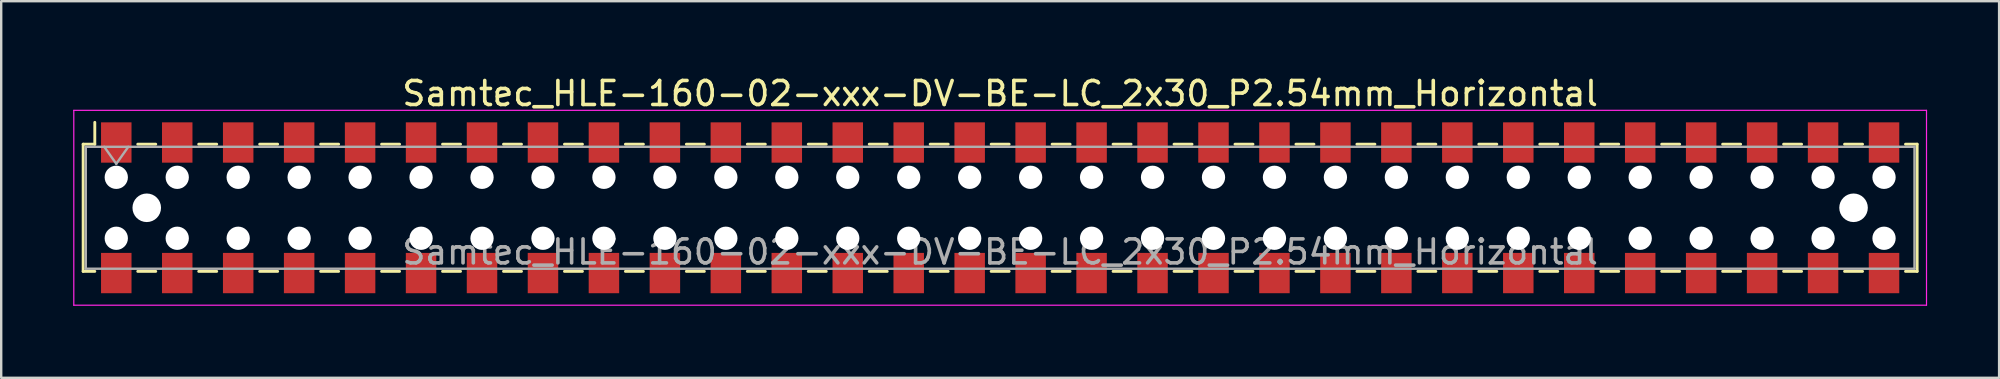
<source format=kicad_pcb>
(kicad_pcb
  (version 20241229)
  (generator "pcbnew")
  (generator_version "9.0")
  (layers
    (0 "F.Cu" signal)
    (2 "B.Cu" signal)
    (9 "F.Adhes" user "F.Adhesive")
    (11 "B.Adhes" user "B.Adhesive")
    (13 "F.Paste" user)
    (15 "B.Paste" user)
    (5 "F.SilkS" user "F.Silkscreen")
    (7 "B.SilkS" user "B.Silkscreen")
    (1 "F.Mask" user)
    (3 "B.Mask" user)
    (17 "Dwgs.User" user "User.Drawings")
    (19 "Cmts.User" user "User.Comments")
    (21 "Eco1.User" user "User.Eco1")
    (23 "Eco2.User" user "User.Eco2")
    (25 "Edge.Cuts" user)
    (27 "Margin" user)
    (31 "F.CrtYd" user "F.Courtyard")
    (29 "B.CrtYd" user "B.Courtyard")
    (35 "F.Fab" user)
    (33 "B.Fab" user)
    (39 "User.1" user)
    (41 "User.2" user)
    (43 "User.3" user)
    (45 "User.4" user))
  (footprint "Samtec_HLE-160-02-xxx-DV-BE-LC_2x30_P2.54mm_Horizontal"
    (layer "F.Cu")
    (at 38.625 5.608)
    (property "Reference" "Samtec_HLE-160-02-xxx-DV-BE-LC_2x30_P2.54mm_Horizontal" (at 0 -4.76 0) (layer "F.SilkS") (effects (font (size 1 1) (thickness 0.15))))
    (attr smd)
    (fp_line (start -38.21 -2.65) (end -38.21 2.65) (stroke (width 0.12) (type solid)) (layer "F.SilkS"))
    (fp_line (start -38.21 2.65) (end -37.725 2.65) (stroke (width 0.12) (type solid)) (layer "F.SilkS"))
    (fp_line (start -37.725 -3.56) (end -37.725 -2.65) (stroke (width 0.12) (type solid)) (layer "F.SilkS"))
    (fp_line (start -37.725 -2.65) (end -38.21 -2.65) (stroke (width 0.12) (type solid)) (layer "F.SilkS"))
    (fp_line (start -35.935 -2.65) (end -35.185 -2.65) (stroke (width 0.12) (type solid)) (layer "F.SilkS"))
    (fp_line (start -35.935 2.65) (end -35.185 2.65) (stroke (width 0.12) (type solid)) (layer "F.SilkS"))
    (fp_line (start -33.395 -2.65) (end -32.645 -2.65) (stroke (width 0.12) (type solid)) (layer "F.SilkS"))
    (fp_line (start -33.395 2.65) (end -32.645 2.65) (stroke (width 0.12) (type solid)) (layer "F.SilkS"))
    (fp_line (start -30.855 -2.65) (end -30.105 -2.65) (stroke (width 0.12) (type solid)) (layer "F.SilkS"))
    (fp_line (start -30.855 2.65) (end -30.105 2.65) (stroke (width 0.12) (type solid)) (layer "F.SilkS"))
    (fp_line (start -28.315 -2.65) (end -27.565 -2.65) (stroke (width 0.12) (type solid)) (layer "F.SilkS"))
    (fp_line (start -28.315 2.65) (end -27.565 2.65) (stroke (width 0.12) (type solid)) (layer "F.SilkS"))
    (fp_line (start -25.775 -2.65) (end -25.025 -2.65) (stroke (width 0.12) (type solid)) (layer "F.SilkS"))
    (fp_line (start -25.775 2.65) (end -25.025 2.65) (stroke (width 0.12) (type solid)) (layer "F.SilkS"))
    (fp_line (start -23.235 -2.65) (end -22.485 -2.65) (stroke (width 0.12) (type solid)) (layer "F.SilkS"))
    (fp_line (start -23.235 2.65) (end -22.485 2.65) (stroke (width 0.12) (type solid)) (layer "F.SilkS"))
    (fp_line (start -20.695 -2.65) (end -19.945 -2.65) (stroke (width 0.12) (type solid)) (layer "F.SilkS"))
    (fp_line (start -20.695 2.65) (end -19.945 2.65) (stroke (width 0.12) (type solid)) (layer "F.SilkS"))
    (fp_line (start -18.155 -2.65) (end -17.405 -2.65) (stroke (width 0.12) (type solid)) (layer "F.SilkS"))
    (fp_line (start -18.155 2.65) (end -17.405 2.65) (stroke (width 0.12) (type solid)) (layer "F.SilkS"))
    (fp_line (start -15.615 -2.65) (end -14.865 -2.65) (stroke (width 0.12) (type solid)) (layer "F.SilkS"))
    (fp_line (start -15.615 2.65) (end -14.865 2.65) (stroke (width 0.12) (type solid)) (layer "F.SilkS"))
    (fp_line (start -13.075 -2.65) (end -12.325 -2.65) (stroke (width 0.12) (type solid)) (layer "F.SilkS"))
    (fp_line (start -13.075 2.65) (end -12.325 2.65) (stroke (width 0.12) (type solid)) (layer "F.SilkS"))
    (fp_line (start -10.535 -2.65) (end -9.785 -2.65) (stroke (width 0.12) (type solid)) (layer "F.SilkS"))
    (fp_line (start -10.535 2.65) (end -9.785 2.65) (stroke (width 0.12) (type solid)) (layer "F.SilkS"))
    (fp_line (start -7.995 -2.65) (end -7.245 -2.65) (stroke (width 0.12) (type solid)) (layer "F.SilkS"))
    (fp_line (start -7.995 2.65) (end -7.245 2.65) (stroke (width 0.12) (type solid)) (layer "F.SilkS"))
    (fp_line (start -5.455 -2.65) (end -4.705 -2.65) (stroke (width 0.12) (type solid)) (layer "F.SilkS"))
    (fp_line (start -5.455 2.65) (end -4.705 2.65) (stroke (width 0.12) (type solid)) (layer "F.SilkS"))
    (fp_line (start -2.915 -2.65) (end -2.165 -2.65) (stroke (width 0.12) (type solid)) (layer "F.SilkS"))
    (fp_line (start -2.915 2.65) (end -2.165 2.65) (stroke (width 0.12) (type solid)) (layer "F.SilkS"))
    (fp_line (start -0.375 -2.65) (end 0.375 -2.65) (stroke (width 0.12) (type solid)) (layer "F.SilkS"))
    (fp_line (start -0.375 2.65) (end 0.375 2.65) (stroke (width 0.12) (type solid)) (layer "F.SilkS"))
    (fp_line (start 2.165 -2.65) (end 2.915 -2.65) (stroke (width 0.12) (type solid)) (layer "F.SilkS"))
    (fp_line (start 2.165 2.65) (end 2.915 2.65) (stroke (width 0.12) (type solid)) (layer "F.SilkS"))
    (fp_line (start 4.705 -2.65) (end 5.455 -2.65) (stroke (width 0.12) (type solid)) (layer "F.SilkS"))
    (fp_line (start 4.705 2.65) (end 5.455 2.65) (stroke (width 0.12) (type solid)) (layer "F.SilkS"))
    (fp_line (start 7.245 -2.65) (end 7.995 -2.65) (stroke (width 0.12) (type solid)) (layer "F.SilkS"))
    (fp_line (start 7.245 2.65) (end 7.995 2.65) (stroke (width 0.12) (type solid)) (layer "F.SilkS"))
    (fp_line (start 9.785 -2.65) (end 10.535 -2.65) (stroke (width 0.12) (type solid)) (layer "F.SilkS"))
    (fp_line (start 9.785 2.65) (end 10.535 2.65) (stroke (width 0.12) (type solid)) (layer "F.SilkS"))
    (fp_line (start 12.325 -2.65) (end 13.075 -2.65) (stroke (width 0.12) (type solid)) (layer "F.SilkS"))
    (fp_line (start 12.325 2.65) (end 13.075 2.65) (stroke (width 0.12) (type solid)) (layer "F.SilkS"))
    (fp_line (start 14.865 -2.65) (end 15.615 -2.65) (stroke (width 0.12) (type solid)) (layer "F.SilkS"))
    (fp_line (start 14.865 2.65) (end 15.615 2.65) (stroke (width 0.12) (type solid)) (layer "F.SilkS"))
    (fp_line (start 17.405 -2.65) (end 18.155 -2.65) (stroke (width 0.12) (type solid)) (layer "F.SilkS"))
    (fp_line (start 17.405 2.65) (end 18.155 2.65) (stroke (width 0.12) (type solid)) (layer "F.SilkS"))
    (fp_line (start 19.945 -2.65) (end 20.695 -2.65) (stroke (width 0.12) (type solid)) (layer "F.SilkS"))
    (fp_line (start 19.945 2.65) (end 20.695 2.65) (stroke (width 0.12) (type solid)) (layer "F.SilkS"))
    (fp_line (start 22.485 -2.65) (end 23.235 -2.65) (stroke (width 0.12) (type solid)) (layer "F.SilkS"))
    (fp_line (start 22.485 2.65) (end 23.235 2.65) (stroke (width 0.12) (type solid)) (layer "F.SilkS"))
    (fp_line (start 25.025 -2.65) (end 25.775 -2.65) (stroke (width 0.12) (type solid)) (layer "F.SilkS"))
    (fp_line (start 25.025 2.65) (end 25.775 2.65) (stroke (width 0.12) (type solid)) (layer "F.SilkS"))
    (fp_line (start 27.565 -2.65) (end 28.315 -2.65) (stroke (width 0.12) (type solid)) (layer "F.SilkS"))
    (fp_line (start 27.565 2.65) (end 28.315 2.65) (stroke (width 0.12) (type solid)) (layer "F.SilkS"))
    (fp_line (start 30.105 -2.65) (end 30.855 -2.65) (stroke (width 0.12) (type solid)) (layer "F.SilkS"))
    (fp_line (start 30.105 2.65) (end 30.855 2.65) (stroke (width 0.12) (type solid)) (layer "F.SilkS"))
    (fp_line (start 32.645 -2.65) (end 33.395 -2.65) (stroke (width 0.12) (type solid)) (layer "F.SilkS"))
    (fp_line (start 32.645 2.65) (end 33.395 2.65) (stroke (width 0.12) (type solid)) (layer "F.SilkS"))
    (fp_line (start 35.185 -2.65) (end 35.935 -2.65) (stroke (width 0.12) (type solid)) (layer "F.SilkS"))
    (fp_line (start 35.185 2.65) (end 35.935 2.65) (stroke (width 0.12) (type solid)) (layer "F.SilkS"))
    (fp_line (start 37.725 -2.65) (end 38.21 -2.65) (stroke (width 0.12) (type solid)) (layer "F.SilkS"))
    (fp_line (start 38.21 -2.65) (end 38.21 2.65) (stroke (width 0.12) (type solid)) (layer "F.SilkS"))
    (fp_line (start 38.21 2.65) (end 37.725 2.65) (stroke (width 0.12) (type solid)) (layer "F.SilkS"))
    (fp_line (start -38.6 -4.06) (end 38.6 -4.06) (stroke (width 0.05) (type solid)) (layer "F.CrtYd"))
    (fp_line (start -38.6 4.06) (end -38.6 -4.06) (stroke (width 0.05) (type solid)) (layer "F.CrtYd"))
    (fp_line (start 38.6 -4.06) (end 38.6 4.06) (stroke (width 0.05) (type solid)) (layer "F.CrtYd"))
    (fp_line (start 38.6 4.06) (end -38.6 4.06) (stroke (width 0.05) (type solid)) (layer "F.CrtYd"))
    (fp_line (start -38.1 -2.54) (end 38.1 -2.54) (stroke (width 0.1) (type solid)) (layer "F.Fab"))
    (fp_line (start -38.1 2.54) (end -38.1 -2.54) (stroke (width 0.1) (type solid)) (layer "F.Fab"))
    (fp_line (start -37.33 -2.54) (end -36.83 -1.833) (stroke (width 0.1) (type solid)) (layer "F.Fab"))
    (fp_line (start -36.83 -1.833) (end -36.33 -2.54) (stroke (width 0.1) (type solid)) (layer "F.Fab"))
    (fp_line (start 38.1 -2.54) (end 38.1 2.54) (stroke (width 0.1) (type solid)) (layer "F.Fab"))
    (fp_line (start 38.1 2.54) (end -38.1 2.54) (stroke (width 0.1) (type solid)) (layer "F.Fab"))
    (fp_text user "${REFERENCE}" (at 0 1.84 0) (layer "F.Fab") (effects (font (size 1 1) (thickness 0.15))))
    (pad "" np_thru_hole circle (at -36.83 -1.27) (size 0.97 0.97) (drill 0.97) (layers "*.Cu" "*.Mask"))
    (pad "" np_thru_hole circle (at -36.83 1.27) (size 0.97 0.97) (drill 0.97) (layers "*.Cu" "*.Mask"))
    (pad "" np_thru_hole circle (at -35.56 0) (size 1.19 1.19) (drill 1.19) (layers "*.Cu" "*.Mask"))
    (pad "" np_thru_hole circle (at -34.29 -1.27) (size 0.97 0.97) (drill 0.97) (layers "*.Cu" "*.Mask"))
    (pad "" np_thru_hole circle (at -34.29 1.27) (size 0.97 0.97) (drill 0.97) (layers "*.Cu" "*.Mask"))
    (pad "" np_thru_hole circle (at -31.75 -1.27) (size 0.97 0.97) (drill 0.97) (layers "*.Cu" "*.Mask"))
    (pad "" np_thru_hole circle (at -31.75 1.27) (size 0.97 0.97) (drill 0.97) (layers "*.Cu" "*.Mask"))
    (pad "" np_thru_hole circle (at -29.21 -1.27) (size 0.97 0.97) (drill 0.97) (layers "*.Cu" "*.Mask"))
    (pad "" np_thru_hole circle (at -29.21 1.27) (size 0.97 0.97) (drill 0.97) (layers "*.Cu" "*.Mask"))
    (pad "" np_thru_hole circle (at -26.67 -1.27) (size 0.97 0.97) (drill 0.97) (layers "*.Cu" "*.Mask"))
    (pad "" np_thru_hole circle (at -26.67 1.27) (size 0.97 0.97) (drill 0.97) (layers "*.Cu" "*.Mask"))
    (pad "" np_thru_hole circle (at -24.13 -1.27) (size 0.97 0.97) (drill 0.97) (layers "*.Cu" "*.Mask"))
    (pad "" np_thru_hole circle (at -24.13 1.27) (size 0.97 0.97) (drill 0.97) (layers "*.Cu" "*.Mask"))
    (pad "" np_thru_hole circle (at -21.59 -1.27) (size 0.97 0.97) (drill 0.97) (layers "*.Cu" "*.Mask"))
    (pad "" np_thru_hole circle (at -21.59 1.27) (size 0.97 0.97) (drill 0.97) (layers "*.Cu" "*.Mask"))
    (pad "" np_thru_hole circle (at -19.05 -1.27) (size 0.97 0.97) (drill 0.97) (layers "*.Cu" "*.Mask"))
    (pad "" np_thru_hole circle (at -19.05 1.27) (size 0.97 0.97) (drill 0.97) (layers "*.Cu" "*.Mask"))
    (pad "" np_thru_hole circle (at -16.51 -1.27) (size 0.97 0.97) (drill 0.97) (layers "*.Cu" "*.Mask"))
    (pad "" np_thru_hole circle (at -16.51 1.27) (size 0.97 0.97) (drill 0.97) (layers "*.Cu" "*.Mask"))
    (pad "" np_thru_hole circle (at -13.97 -1.27) (size 0.97 0.97) (drill 0.97) (layers "*.Cu" "*.Mask"))
    (pad "" np_thru_hole circle (at -13.97 1.27) (size 0.97 0.97) (drill 0.97) (layers "*.Cu" "*.Mask"))
    (pad "" np_thru_hole circle (at -11.43 -1.27) (size 0.97 0.97) (drill 0.97) (layers "*.Cu" "*.Mask"))
    (pad "" np_thru_hole circle (at -11.43 1.27) (size 0.97 0.97) (drill 0.97) (layers "*.Cu" "*.Mask"))
    (pad "" np_thru_hole circle (at -8.89 -1.27) (size 0.97 0.97) (drill 0.97) (layers "*.Cu" "*.Mask"))
    (pad "" np_thru_hole circle (at -8.89 1.27) (size 0.97 0.97) (drill 0.97) (layers "*.Cu" "*.Mask"))
    (pad "" np_thru_hole circle (at -6.35 -1.27) (size 0.97 0.97) (drill 0.97) (layers "*.Cu" "*.Mask"))
    (pad "" np_thru_hole circle (at -6.35 1.27) (size 0.97 0.97) (drill 0.97) (layers "*.Cu" "*.Mask"))
    (pad "" np_thru_hole circle (at -3.81 -1.27) (size 0.97 0.97) (drill 0.97) (layers "*.Cu" "*.Mask"))
    (pad "" np_thru_hole circle (at -3.81 1.27) (size 0.97 0.97) (drill 0.97) (layers "*.Cu" "*.Mask"))
    (pad "" np_thru_hole circle (at -1.27 -1.27) (size 0.97 0.97) (drill 0.97) (layers "*.Cu" "*.Mask"))
    (pad "" np_thru_hole circle (at -1.27 1.27) (size 0.97 0.97) (drill 0.97) (layers "*.Cu" "*.Mask"))
    (pad "" np_thru_hole circle (at 1.27 -1.27) (size 0.97 0.97) (drill 0.97) (layers "*.Cu" "*.Mask"))
    (pad "" np_thru_hole circle (at 1.27 1.27) (size 0.97 0.97) (drill 0.97) (layers "*.Cu" "*.Mask"))
    (pad "" np_thru_hole circle (at 3.81 -1.27) (size 0.97 0.97) (drill 0.97) (layers "*.Cu" "*.Mask"))
    (pad "" np_thru_hole circle (at 3.81 1.27) (size 0.97 0.97) (drill 0.97) (layers "*.Cu" "*.Mask"))
    (pad "" np_thru_hole circle (at 6.35 -1.27) (size 0.97 0.97) (drill 0.97) (layers "*.Cu" "*.Mask"))
    (pad "" np_thru_hole circle (at 6.35 1.27) (size 0.97 0.97) (drill 0.97) (layers "*.Cu" "*.Mask"))
    (pad "" np_thru_hole circle (at 8.89 -1.27) (size 0.97 0.97) (drill 0.97) (layers "*.Cu" "*.Mask"))
    (pad "" np_thru_hole circle (at 8.89 1.27) (size 0.97 0.97) (drill 0.97) (layers "*.Cu" "*.Mask"))
    (pad "" np_thru_hole circle (at 11.43 -1.27) (size 0.97 0.97) (drill 0.97) (layers "*.Cu" "*.Mask"))
    (pad "" np_thru_hole circle (at 11.43 1.27) (size 0.97 0.97) (drill 0.97) (layers "*.Cu" "*.Mask"))
    (pad "" np_thru_hole circle (at 13.97 -1.27) (size 0.97 0.97) (drill 0.97) (layers "*.Cu" "*.Mask"))
    (pad "" np_thru_hole circle (at 13.97 1.27) (size 0.97 0.97) (drill 0.97) (layers "*.Cu" "*.Mask"))
    (pad "" np_thru_hole circle (at 16.51 -1.27) (size 0.97 0.97) (drill 0.97) (layers "*.Cu" "*.Mask"))
    (pad "" np_thru_hole circle (at 16.51 1.27) (size 0.97 0.97) (drill 0.97) (layers "*.Cu" "*.Mask"))
    (pad "" np_thru_hole circle (at 19.05 -1.27) (size 0.97 0.97) (drill 0.97) (layers "*.Cu" "*.Mask"))
    (pad "" np_thru_hole circle (at 19.05 1.27) (size 0.97 0.97) (drill 0.97) (layers "*.Cu" "*.Mask"))
    (pad "" np_thru_hole circle (at 21.59 -1.27) (size 0.97 0.97) (drill 0.97) (layers "*.Cu" "*.Mask"))
    (pad "" np_thru_hole circle (at 21.59 1.27) (size 0.97 0.97) (drill 0.97) (layers "*.Cu" "*.Mask"))
    (pad "" np_thru_hole circle (at 24.13 -1.27) (size 0.97 0.97) (drill 0.97) (layers "*.Cu" "*.Mask"))
    (pad "" np_thru_hole circle (at 24.13 1.27) (size 0.97 0.97) (drill 0.97) (layers "*.Cu" "*.Mask"))
    (pad "" np_thru_hole circle (at 26.67 -1.27) (size 0.97 0.97) (drill 0.97) (layers "*.Cu" "*.Mask"))
    (pad "" np_thru_hole circle (at 26.67 1.27) (size 0.97 0.97) (drill 0.97) (layers "*.Cu" "*.Mask"))
    (pad "" np_thru_hole circle (at 29.21 -1.27) (size 0.97 0.97) (drill 0.97) (layers "*.Cu" "*.Mask"))
    (pad "" np_thru_hole circle (at 29.21 1.27) (size 0.97 0.97) (drill 0.97) (layers "*.Cu" "*.Mask"))
    (pad "" np_thru_hole circle (at 31.75 -1.27) (size 0.97 0.97) (drill 0.97) (layers "*.Cu" "*.Mask"))
    (pad "" np_thru_hole circle (at 31.75 1.27) (size 0.97 0.97) (drill 0.97) (layers "*.Cu" "*.Mask"))
    (pad "" np_thru_hole circle (at 34.29 -1.27) (size 0.97 0.97) (drill 0.97) (layers "*.Cu" "*.Mask"))
    (pad "" np_thru_hole circle (at 34.29 1.27) (size 0.97 0.97) (drill 0.97) (layers "*.Cu" "*.Mask"))
    (pad "" np_thru_hole circle (at 35.56 0) (size 1.19 1.19) (drill 1.19) (layers "*.Cu" "*.Mask"))
    (pad "" np_thru_hole circle (at 36.83 -1.27) (size 0.97 0.97) (drill 0.97) (layers "*.Cu" "*.Mask"))
    (pad "" np_thru_hole circle (at 36.83 1.27) (size 0.97 0.97) (drill 0.97) (layers "*.Cu" "*.Mask"))
    (pad "1" smd rect (at -36.83 -2.72) (size 1.27 1.68) (layers "F.Cu" "F.Mask" "F.Paste"))
    (pad "2" smd rect (at -36.83 2.72) (size 1.27 1.68) (layers "F.Cu" "F.Mask" "F.Paste"))
    (pad "3" smd rect (at -34.29 -2.72) (size 1.27 1.68) (layers "F.Cu" "F.Mask" "F.Paste"))
    (pad "4" smd rect (at -34.29 2.72) (size 1.27 1.68) (layers "F.Cu" "F.Mask" "F.Paste"))
    (pad "5" smd rect (at -31.75 -2.72) (size 1.27 1.68) (layers "F.Cu" "F.Mask" "F.Paste"))
    (pad "6" smd rect (at -31.75 2.72) (size 1.27 1.68) (layers "F.Cu" "F.Mask" "F.Paste"))
    (pad "7" smd rect (at -29.21 -2.72) (size 1.27 1.68) (layers "F.Cu" "F.Mask" "F.Paste"))
    (pad "8" smd rect (at -29.21 2.72) (size 1.27 1.68) (layers "F.Cu" "F.Mask" "F.Paste"))
    (pad "9" smd rect (at -26.67 -2.72) (size 1.27 1.68) (layers "F.Cu" "F.Mask" "F.Paste"))
    (pad "10" smd rect (at -26.67 2.72) (size 1.27 1.68) (layers "F.Cu" "F.Mask" "F.Paste"))
    (pad "11" smd rect (at -24.13 -2.72) (size 1.27 1.68) (layers "F.Cu" "F.Mask" "F.Paste"))
    (pad "12" smd rect (at -24.13 2.72) (size 1.27 1.68) (layers "F.Cu" "F.Mask" "F.Paste"))
    (pad "13" smd rect (at -21.59 -2.72) (size 1.27 1.68) (layers "F.Cu" "F.Mask" "F.Paste"))
    (pad "14" smd rect (at -21.59 2.72) (size 1.27 1.68) (layers "F.Cu" "F.Mask" "F.Paste"))
    (pad "15" smd rect (at -19.05 -2.72) (size 1.27 1.68) (layers "F.Cu" "F.Mask" "F.Paste"))
    (pad "16" smd rect (at -19.05 2.72) (size 1.27 1.68) (layers "F.Cu" "F.Mask" "F.Paste"))
    (pad "17" smd rect (at -16.51 -2.72) (size 1.27 1.68) (layers "F.Cu" "F.Mask" "F.Paste"))
    (pad "18" smd rect (at -16.51 2.72) (size 1.27 1.68) (layers "F.Cu" "F.Mask" "F.Paste"))
    (pad "19" smd rect (at -13.97 -2.72) (size 1.27 1.68) (layers "F.Cu" "F.Mask" "F.Paste"))
    (pad "20" smd rect (at -13.97 2.72) (size 1.27 1.68) (layers "F.Cu" "F.Mask" "F.Paste"))
    (pad "21" smd rect (at -11.43 -2.72) (size 1.27 1.68) (layers "F.Cu" "F.Mask" "F.Paste"))
    (pad "22" smd rect (at -11.43 2.72) (size 1.27 1.68) (layers "F.Cu" "F.Mask" "F.Paste"))
    (pad "23" smd rect (at -8.89 -2.72) (size 1.27 1.68) (layers "F.Cu" "F.Mask" "F.Paste"))
    (pad "24" smd rect (at -8.89 2.72) (size 1.27 1.68) (layers "F.Cu" "F.Mask" "F.Paste"))
    (pad "25" smd rect (at -6.35 -2.72) (size 1.27 1.68) (layers "F.Cu" "F.Mask" "F.Paste"))
    (pad "26" smd rect (at -6.35 2.72) (size 1.27 1.68) (layers "F.Cu" "F.Mask" "F.Paste"))
    (pad "27" smd rect (at -3.81 -2.72) (size 1.27 1.68) (layers "F.Cu" "F.Mask" "F.Paste"))
    (pad "28" smd rect (at -3.81 2.72) (size 1.27 1.68) (layers "F.Cu" "F.Mask" "F.Paste"))
    (pad "29" smd rect (at -1.27 -2.72) (size 1.27 1.68) (layers "F.Cu" "F.Mask" "F.Paste"))
    (pad "30" smd rect (at -1.27 2.72) (size 1.27 1.68) (layers "F.Cu" "F.Mask" "F.Paste"))
    (pad "31" smd rect (at 1.27 -2.72) (size 1.27 1.68) (layers "F.Cu" "F.Mask" "F.Paste"))
    (pad "32" smd rect (at 1.27 2.72) (size 1.27 1.68) (layers "F.Cu" "F.Mask" "F.Paste"))
    (pad "33" smd rect (at 3.81 -2.72) (size 1.27 1.68) (layers "F.Cu" "F.Mask" "F.Paste"))
    (pad "34" smd rect (at 3.81 2.72) (size 1.27 1.68) (layers "F.Cu" "F.Mask" "F.Paste"))
    (pad "35" smd rect (at 6.35 -2.72) (size 1.27 1.68) (layers "F.Cu" "F.Mask" "F.Paste"))
    (pad "36" smd rect (at 6.35 2.72) (size 1.27 1.68) (layers "F.Cu" "F.Mask" "F.Paste"))
    (pad "37" smd rect (at 8.89 -2.72) (size 1.27 1.68) (layers "F.Cu" "F.Mask" "F.Paste"))
    (pad "38" smd rect (at 8.89 2.72) (size 1.27 1.68) (layers "F.Cu" "F.Mask" "F.Paste"))
    (pad "39" smd rect (at 11.43 -2.72) (size 1.27 1.68) (layers "F.Cu" "F.Mask" "F.Paste"))
    (pad "40" smd rect (at 11.43 2.72) (size 1.27 1.68) (layers "F.Cu" "F.Mask" "F.Paste"))
    (pad "41" smd rect (at 13.97 -2.72) (size 1.27 1.68) (layers "F.Cu" "F.Mask" "F.Paste"))
    (pad "42" smd rect (at 13.97 2.72) (size 1.27 1.68) (layers "F.Cu" "F.Mask" "F.Paste"))
    (pad "43" smd rect (at 16.51 -2.72) (size 1.27 1.68) (layers "F.Cu" "F.Mask" "F.Paste"))
    (pad "44" smd rect (at 16.51 2.72) (size 1.27 1.68) (layers "F.Cu" "F.Mask" "F.Paste"))
    (pad "45" smd rect (at 19.05 -2.72) (size 1.27 1.68) (layers "F.Cu" "F.Mask" "F.Paste"))
    (pad "46" smd rect (at 19.05 2.72) (size 1.27 1.68) (layers "F.Cu" "F.Mask" "F.Paste"))
    (pad "47" smd rect (at 21.59 -2.72) (size 1.27 1.68) (layers "F.Cu" "F.Mask" "F.Paste"))
    (pad "48" smd rect (at 21.59 2.72) (size 1.27 1.68) (layers "F.Cu" "F.Mask" "F.Paste"))
    (pad "49" smd rect (at 24.13 -2.72) (size 1.27 1.68) (layers "F.Cu" "F.Mask" "F.Paste"))
    (pad "50" smd rect (at 24.13 2.72) (size 1.27 1.68) (layers "F.Cu" "F.Mask" "F.Paste"))
    (pad "51" smd rect (at 26.67 -2.72) (size 1.27 1.68) (layers "F.Cu" "F.Mask" "F.Paste"))
    (pad "52" smd rect (at 26.67 2.72) (size 1.27 1.68) (layers "F.Cu" "F.Mask" "F.Paste"))
    (pad "53" smd rect (at 29.21 -2.72) (size 1.27 1.68) (layers "F.Cu" "F.Mask" "F.Paste"))
    (pad "54" smd rect (at 29.21 2.72) (size 1.27 1.68) (layers "F.Cu" "F.Mask" "F.Paste"))
    (pad "55" smd rect (at 31.75 -2.72) (size 1.27 1.68) (layers "F.Cu" "F.Mask" "F.Paste"))
    (pad "56" smd rect (at 31.75 2.72) (size 1.27 1.68) (layers "F.Cu" "F.Mask" "F.Paste"))
    (pad "57" smd rect (at 34.29 -2.72) (size 1.27 1.68) (layers "F.Cu" "F.Mask" "F.Paste"))
    (pad "58" smd rect (at 34.29 2.72) (size 1.27 1.68) (layers "F.Cu" "F.Mask" "F.Paste"))
    (pad "59" smd rect (at 36.83 -2.72) (size 1.27 1.68) (layers "F.Cu" "F.Mask" "F.Paste"))
    (pad "60" smd rect (at 36.83 2.72) (size 1.27 1.68) (layers "F.Cu" "F.Mask" "F.Paste")))
  (gr_rect
    (start -3 -3)
    (end 80.25 12.693)
    (stroke (width 0.1) (type default))
    (fill no)
    (layer "Edge.Cuts")))
</source>
